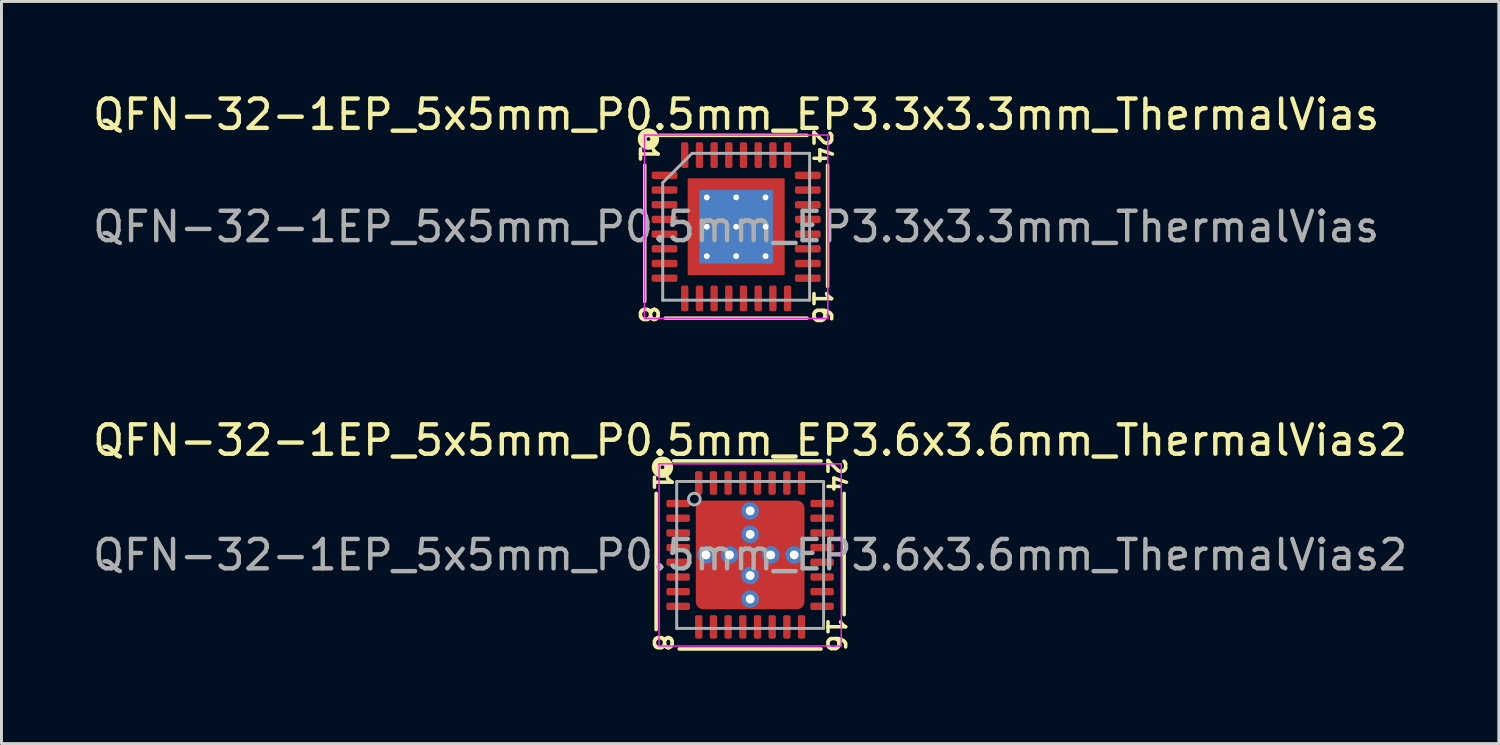
<source format=kicad_pcb>
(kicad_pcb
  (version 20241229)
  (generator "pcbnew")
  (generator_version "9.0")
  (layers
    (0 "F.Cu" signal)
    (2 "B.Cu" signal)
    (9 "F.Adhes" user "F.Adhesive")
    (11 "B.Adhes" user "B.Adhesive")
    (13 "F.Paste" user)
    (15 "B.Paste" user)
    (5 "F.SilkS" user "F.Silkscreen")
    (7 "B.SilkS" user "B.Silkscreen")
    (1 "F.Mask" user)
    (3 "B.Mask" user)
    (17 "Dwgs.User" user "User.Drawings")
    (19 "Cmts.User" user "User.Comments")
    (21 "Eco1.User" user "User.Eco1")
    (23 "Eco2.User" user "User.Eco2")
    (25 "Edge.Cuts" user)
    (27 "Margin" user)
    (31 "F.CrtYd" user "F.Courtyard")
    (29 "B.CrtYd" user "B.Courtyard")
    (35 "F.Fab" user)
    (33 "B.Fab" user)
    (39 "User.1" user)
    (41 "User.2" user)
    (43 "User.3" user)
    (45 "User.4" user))
  (footprint "QFN-32-1EP_5x5mm_P0.5mm_EP3.6x3.6mm_ThermalVias2"
    (layer "F.Cu")
    (at 22.482 15.838)
    (property "Reference" "QFN-32-1EP_5x5mm_P0.5mm_EP3.6x3.6mm_ThermalVias2" (at 0 -3.9 0) (layer "F.SilkS") (effects (font (size 1 1) (thickness 0.15))))
    (attr smd)
    (fp_line (start -3.2 -2.095) (end -3.2 2.54) (stroke (width 0.12) (type solid)) (layer "F.SilkS"))
    (fp_line (start -2.413 3.2) (end 2.413 3.2) (stroke (width 0.12) (type solid)) (layer "F.SilkS"))
    (fp_line (start 2.413 -3.2) (end -2.603 -3.2) (stroke (width 0.12) (type solid)) (layer "F.SilkS"))
    (fp_line (start 3.2 2.032) (end 3.2 -2.095) (stroke (width 0.12) (type solid)) (layer "F.SilkS"))
    (fp_circle (center -2.985 -2.985) (end -2.921 -2.985) (stroke (width 0.3) (type solid)) (fill no) (layer "F.SilkS"))
    (fp_line (start -3.1 -3.1) (end -3.1 3.1) (stroke (width 0.05) (type solid)) (layer "F.CrtYd"))
    (fp_line (start -3.1 3.1) (end 3.1 3.1) (stroke (width 0.05) (type solid)) (layer "F.CrtYd"))
    (fp_line (start 3.1 -3.1) (end -3.1 -3.1) (stroke (width 0.05) (type solid)) (layer "F.CrtYd"))
    (fp_line (start 3.1 3.1) (end 3.1 -3.1) (stroke (width 0.05) (type solid)) (layer "F.CrtYd"))
    (fp_line (start -2.5 -2.5) (end 2.5 -2.5) (stroke (width 0.1) (type solid)) (layer "F.Fab"))
    (fp_line (start -2.5 2.5) (end -2.5 -2.5) (stroke (width 0.1) (type solid)) (layer "F.Fab"))
    (fp_line (start 2.5 -2.5) (end 2.5 2.5) (stroke (width 0.1) (type solid)) (layer "F.Fab"))
    (fp_line (start 2.5 2.5) (end -2.5 2.5) (stroke (width 0.1) (type solid)) (layer "F.Fab"))
    (fp_circle (center -1.9 -1.9) (end -1.7 -1.9) (stroke (width 0.1) (type solid)) (fill no) (layer "F.Fab"))
    (fp_text user "1" (at -2.985 -2.477 270) (unlocked yes) (layer "F.SilkS") (effects (font (size 0.6 0.6) (thickness 0.12))))
    (fp_text user "16" (at 2.921 2.731 270) (unlocked yes) (layer "F.SilkS") (effects (font (size 0.6 0.6) (thickness 0.12))))
    (fp_text user "8" (at -2.985 2.985 270) (unlocked yes) (layer "F.SilkS") (effects (font (size 0.6 0.6) (thickness 0.12))))
    (fp_text user "24" (at 2.921 -2.731 270) (unlocked yes) (layer "F.SilkS") (effects (font (size 0.6 0.6) (thickness 0.12))))
    (fp_text user "${REFERENCE}" (at 0 0 0) (layer "F.Fab") (effects (font (size 1 1) (thickness 0.15))))
    (pad "" smd roundrect (at -1.387 -1.387) (size 0.525 0.525) (layers "F.Paste") (roundrect_rratio 0.25))
    (pad "" smd roundrect (at -1.387 -0.663) (size 0.525 0.525) (layers "F.Paste") (roundrect_rratio 0.25))
    (pad "" smd roundrect (at -1.387 0.662) (size 0.525 0.525) (layers "F.Paste") (roundrect_rratio 0.25))
    (pad "" smd roundrect (at -1.387 1.387) (size 0.525 0.525) (layers "F.Paste") (roundrect_rratio 0.25))
    (pad "" smd roundrect (at -1.025 -1.025) (size 1.45 1.45) (layers "F.Mask") (roundrect_rratio 0.172))
    (pad "" smd roundrect (at -1.025 1.025) (size 1.45 1.45) (layers "F.Mask") (roundrect_rratio 0.172))
    (pad "" smd roundrect (at -0.662 -1.387) (size 0.525 0.525) (layers "F.Paste") (roundrect_rratio 0.25))
    (pad "" smd roundrect (at -0.662 -0.663) (size 0.525 0.525) (layers "F.Paste") (roundrect_rratio 0.25))
    (pad "" smd roundrect (at -0.662 0.662) (size 0.525 0.525) (layers "F.Paste") (roundrect_rratio 0.25))
    (pad "" smd roundrect (at -0.662 1.387) (size 0.525 0.525) (layers "F.Paste") (roundrect_rratio 0.25))
    (pad "" smd roundrect (at 0.663 -1.387) (size 0.525 0.525) (layers "F.Paste") (roundrect_rratio 0.25))
    (pad "" smd roundrect (at 0.663 -0.663) (size 0.525 0.525) (layers "F.Paste") (roundrect_rratio 0.25))
    (pad "" smd roundrect (at 0.663 0.662) (size 0.525 0.525) (layers "F.Paste") (roundrect_rratio 0.25))
    (pad "" smd roundrect (at 0.663 1.387) (size 0.525 0.525) (layers "F.Paste") (roundrect_rratio 0.25))
    (pad "" smd roundrect (at 1.025 -1.025) (size 1.45 1.45) (layers "F.Mask") (roundrect_rratio 0.172))
    (pad "" smd roundrect (at 1.025 1.025) (size 1.45 1.45) (layers "F.Mask") (roundrect_rratio 0.172))
    (pad "" smd roundrect (at 1.387 -1.387) (size 0.525 0.525) (layers "F.Paste") (roundrect_rratio 0.25))
    (pad "" smd roundrect (at 1.387 -0.663) (size 0.525 0.525) (layers "F.Paste") (roundrect_rratio 0.25))
    (pad "" smd roundrect (at 1.387 0.662) (size 0.525 0.525) (layers "F.Paste") (roundrect_rratio 0.25))
    (pad "" smd roundrect (at 1.387 1.387) (size 0.525 0.525) (layers "F.Paste") (roundrect_rratio 0.25))
    (pad "1" smd roundrect (at -2.45 -1.75) (size 0.8 0.25) (layers "F.Cu" "F.Mask" "F.Paste") (roundrect_rratio 0.25))
    (pad "2" smd roundrect (at -2.45 -1.25) (size 0.8 0.25) (layers "F.Cu" "F.Mask" "F.Paste") (roundrect_rratio 0.25))
    (pad "3" smd roundrect (at -2.45 -0.75) (size 0.8 0.25) (layers "F.Cu" "F.Mask" "F.Paste") (roundrect_rratio 0.25))
    (pad "4" smd roundrect (at -2.45 -0.25) (size 0.8 0.25) (layers "F.Cu" "F.Mask" "F.Paste") (roundrect_rratio 0.25))
    (pad "5" smd roundrect (at -2.45 0.25) (size 0.8 0.25) (layers "F.Cu" "F.Mask" "F.Paste") (roundrect_rratio 0.25))
    (pad "6" smd roundrect (at -2.45 0.75) (size 0.8 0.25) (layers "F.Cu" "F.Mask" "F.Paste") (roundrect_rratio 0.25))
    (pad "7" smd roundrect (at -2.45 1.25) (size 0.8 0.25) (layers "F.Cu" "F.Mask" "F.Paste") (roundrect_rratio 0.25))
    (pad "8" smd roundrect (at -2.45 1.75) (size 0.8 0.25) (layers "F.Cu" "F.Mask" "F.Paste") (roundrect_rratio 0.25))
    (pad "9" smd roundrect (at -1.75 2.45) (size 0.25 0.8) (layers "F.Cu" "F.Mask" "F.Paste") (roundrect_rratio 0.25))
    (pad "10" smd roundrect (at -1.25 2.45) (size 0.25 0.8) (layers "F.Cu" "F.Mask" "F.Paste") (roundrect_rratio 0.25))
    (pad "11" smd roundrect (at -0.75 2.45) (size 0.25 0.8) (layers "F.Cu" "F.Mask" "F.Paste") (roundrect_rratio 0.25))
    (pad "12" smd roundrect (at -0.25 2.45) (size 0.25 0.8) (layers "F.Cu" "F.Mask" "F.Paste") (roundrect_rratio 0.25))
    (pad "13" smd roundrect (at 0.25 2.45) (size 0.25 0.8) (layers "F.Cu" "F.Mask" "F.Paste") (roundrect_rratio 0.25))
    (pad "14" smd roundrect (at 0.75 2.45) (size 0.25 0.8) (layers "F.Cu" "F.Mask" "F.Paste") (roundrect_rratio 0.25))
    (pad "15" smd roundrect (at 1.25 2.45) (size 0.25 0.8) (layers "F.Cu" "F.Mask" "F.Paste") (roundrect_rratio 0.25))
    (pad "16" smd roundrect (at 1.75 2.45) (size 0.25 0.8) (layers "F.Cu" "F.Mask" "F.Paste") (roundrect_rratio 0.25))
    (pad "17" smd roundrect (at 2.45 1.75) (size 0.8 0.25) (layers "F.Cu" "F.Mask" "F.Paste") (roundrect_rratio 0.25))
    (pad "18" smd roundrect (at 2.45 1.25) (size 0.8 0.25) (layers "F.Cu" "F.Mask" "F.Paste") (roundrect_rratio 0.25))
    (pad "19" smd roundrect (at 2.45 0.75) (size 0.8 0.25) (layers "F.Cu" "F.Mask" "F.Paste") (roundrect_rratio 0.25))
    (pad "20" smd roundrect (at 2.45 0.25) (size 0.8 0.25) (layers "F.Cu" "F.Mask" "F.Paste") (roundrect_rratio 0.25))
    (pad "21" smd roundrect (at 2.45 -0.25) (size 0.8 0.25) (layers "F.Cu" "F.Mask" "F.Paste") (roundrect_rratio 0.25))
    (pad "22" smd roundrect (at 2.45 -0.75) (size 0.8 0.25) (layers "F.Cu" "F.Mask" "F.Paste") (roundrect_rratio 0.25))
    (pad "23" smd roundrect (at 2.45 -1.25) (size 0.8 0.25) (layers "F.Cu" "F.Mask" "F.Paste") (roundrect_rratio 0.25))
    (pad "24" smd roundrect (at 2.45 -1.75) (size 0.8 0.25) (layers "F.Cu" "F.Mask" "F.Paste") (roundrect_rratio 0.25))
    (pad "25" smd roundrect (at 1.75 -2.45) (size 0.25 0.8) (layers "F.Cu" "F.Mask" "F.Paste") (roundrect_rratio 0.25))
    (pad "26" smd roundrect (at 1.25 -2.45) (size 0.25 0.8) (layers "F.Cu" "F.Mask" "F.Paste") (roundrect_rratio 0.25))
    (pad "27" smd roundrect (at 0.75 -2.45) (size 0.25 0.8) (layers "F.Cu" "F.Mask" "F.Paste") (roundrect_rratio 0.25))
    (pad "28" smd roundrect (at 0.25 -2.45) (size 0.25 0.8) (layers "F.Cu" "F.Mask" "F.Paste") (roundrect_rratio 0.25))
    (pad "29" smd roundrect (at -0.25 -2.45) (size 0.25 0.8) (layers "F.Cu" "F.Mask" "F.Paste") (roundrect_rratio 0.25))
    (pad "30" smd roundrect (at -0.75 -2.45) (size 0.25 0.8) (layers "F.Cu" "F.Mask" "F.Paste") (roundrect_rratio 0.25))
    (pad "31" smd roundrect (at -1.25 -2.45) (size 0.25 0.8) (layers "F.Cu" "F.Mask" "F.Paste") (roundrect_rratio 0.25))
    (pad "32" smd roundrect (at -1.75 -2.45) (size 0.25 0.8) (layers "F.Cu" "F.Mask" "F.Paste") (roundrect_rratio 0.25))
    (pad "33" thru_hole circle (at -1.5 0) (size 0.6 0.6) (drill 0.3) (property pad_prop_heatsink) (layers "*.Cu" "*.Mask"))
    (pad "33" thru_hole circle (at -0.7 0) (size 0.6 0.6) (drill 0.3) (property pad_prop_heatsink) (layers "*.Cu" "*.Mask"))
    (pad "33" thru_hole circle (at 0 -1.5) (size 0.6 0.6) (drill 0.3) (property pad_prop_heatsink) (layers "*.Cu" "*.Mask"))
    (pad "33" thru_hole circle (at 0 -0.7) (size 0.6 0.6) (drill 0.3) (property pad_prop_heatsink) (layers "*.Cu" "*.Mask"))
    (pad "33" smd roundrect (at 0 0) (size 3.7 3.7) (layers "F.Cu") (roundrect_rratio 0.069))
    (pad "33" thru_hole circle (at 0 0.7) (size 0.6 0.6) (drill 0.3) (property pad_prop_heatsink) (layers "*.Cu" "*.Mask"))
    (pad "33" thru_hole circle (at 0 1.5) (size 0.6 0.6) (drill 0.3) (property pad_prop_heatsink) (layers "*.Cu" "*.Mask"))
    (pad "33" thru_hole circle (at 0.7 0) (size 0.6 0.6) (drill 0.3) (property pad_prop_heatsink) (layers "*.Cu" "*.Mask"))
    (pad "33" thru_hole circle (at 1.5 0) (size 0.6 0.6) (drill 0.3) (property pad_prop_heatsink) (layers "*.Cu" "*.Mask")))
  (footprint "QFN-32-1EP_5x5mm_P0.5mm_EP3.3x3.3mm_ThermalVias"
    (layer "F.Cu")
    (at 22.006 4.668)
    (property "Reference" "QFN-32-1EP_5x5mm_P0.5mm_EP3.3x3.3mm_ThermalVias" (at 0 -3.82 0) (layer "F.SilkS") (effects (font (size 1 1) (thickness 0.15))))
    (attr smd)
    (fp_line (start -3.111 -2.095) (end -3.111 2.54) (stroke (width 0.12) (type solid)) (layer "F.SilkS"))
    (fp_line (start -2.413 3.111) (end 2.413 3.111) (stroke (width 0.12) (type solid)) (layer "F.SilkS"))
    (fp_line (start 2.413 -3.111) (end -2.603 -3.111) (stroke (width 0.12) (type solid)) (layer "F.SilkS"))
    (fp_line (start 3.111 2.032) (end 3.111 -2.095) (stroke (width 0.12) (type solid)) (layer "F.SilkS"))
    (fp_circle (center -2.985 -2.985) (end -2.921 -2.985) (stroke (width 0.3) (type solid)) (fill no) (layer "F.SilkS"))
    (fp_line (start -3.12 -3.12) (end -3.12 3.12) (stroke (width 0.05) (type solid)) (layer "F.CrtYd"))
    (fp_line (start -3.12 3.12) (end 3.12 3.12) (stroke (width 0.05) (type solid)) (layer "F.CrtYd"))
    (fp_line (start 3.12 -3.12) (end -3.12 -3.12) (stroke (width 0.05) (type solid)) (layer "F.CrtYd"))
    (fp_line (start 3.12 3.12) (end 3.12 -3.12) (stroke (width 0.05) (type solid)) (layer "F.CrtYd"))
    (fp_line (start -2.5 -1.5) (end -1.5 -2.5) (stroke (width 0.1) (type solid)) (layer "F.Fab"))
    (fp_line (start -2.5 2.5) (end -2.5 -1.5) (stroke (width 0.1) (type solid)) (layer "F.Fab"))
    (fp_line (start -1.5 -2.5) (end 2.5 -2.5) (stroke (width 0.1) (type solid)) (layer "F.Fab"))
    (fp_line (start 2.5 -2.5) (end 2.5 2.5) (stroke (width 0.1) (type solid)) (layer "F.Fab"))
    (fp_line (start 2.5 2.5) (end -2.5 2.5) (stroke (width 0.1) (type solid)) (layer "F.Fab"))
    (fp_text user "24" (at 2.921 -2.731 270) (unlocked yes) (layer "F.SilkS") (effects (font (size 0.6 0.6) (thickness 0.12))))
    (fp_text user "8" (at -2.985 2.985 270) (unlocked yes) (layer "F.SilkS") (effects (font (size 0.6 0.6) (thickness 0.12))))
    (fp_text user "16" (at 2.921 2.731 270) (unlocked yes) (layer "F.SilkS") (effects (font (size 0.6 0.6) (thickness 0.12))))
    (fp_text user "1" (at -2.985 -2.477 270) (unlocked yes) (layer "F.SilkS") (effects (font (size 0.6 0.6) (thickness 0.12))))
    (fp_text user "${REFERENCE}" (at 0 0 0) (layer "F.Fab") (effects (font (size 1 1) (thickness 0.15))))
    (pad "" smd custom (at -1.325 -1.325) (size 0.413 0.413) (layers "F.Paste") (options (anchor circle)) (primitives (gr_poly (pts (xy -0.151 -0.151) (xy 0.151 -0.151) (xy 0.151 0.059) (xy 0.059 0.151) (xy -0.151 0.151)) (width 0.222) (fill yes))))
    (pad "" smd custom (at -1.325 -0.5) (size 0.437 0.437) (layers "F.Paste") (options (anchor circle)) (primitives (gr_poly (pts (xy -0.175 -0.316) (xy 0.103 -0.316) (xy 0.175 -0.244) (xy 0.175 0.244) (xy 0.103 0.316) (xy -0.175 0.316)) (width 0.174) (fill yes))))
    (pad "" smd custom (at -1.325 0.5) (size 0.437 0.437) (layers "F.Paste") (options (anchor circle)) (primitives (gr_poly (pts (xy -0.175 -0.316) (xy 0.103 -0.316) (xy 0.175 -0.244) (xy 0.175 0.244) (xy 0.103 0.316) (xy -0.175 0.316)) (width 0.174) (fill yes))))
    (pad "" smd custom (at -1.325 1.325) (size 0.413 0.413) (layers "F.Paste") (options (anchor circle)) (primitives (gr_poly (pts (xy -0.151 -0.151) (xy 0.059 -0.151) (xy 0.151 -0.059) (xy 0.151 0.151) (xy -0.151 0.151)) (width 0.222) (fill yes))))
    (pad "" smd custom (at -0.5 -1.325) (size 0.437 0.437) (layers "F.Paste") (options (anchor circle)) (primitives (gr_poly (pts (xy -0.316 -0.175) (xy 0.316 -0.175) (xy 0.316 0.103) (xy 0.244 0.175) (xy -0.244 0.175) (xy -0.316 0.103)) (width 0.174) (fill yes))))
    (pad "" smd roundrect (at -0.5 -0.5) (size 0.806 0.806) (layers "F.Paste") (roundrect_rratio 0.25))
    (pad "" smd roundrect (at -0.5 0.5) (size 0.806 0.806) (layers "F.Paste") (roundrect_rratio 0.25))
    (pad "" smd custom (at -0.5 1.325) (size 0.437 0.437) (layers "F.Paste") (options (anchor circle)) (primitives (gr_poly (pts (xy -0.316 -0.103) (xy -0.244 -0.175) (xy 0.244 -0.175) (xy 0.316 -0.103) (xy 0.316 0.175) (xy -0.316 0.175)) (width 0.174) (fill yes))))
    (pad "" smd custom (at 0.5 -1.325) (size 0.437 0.437) (layers "F.Paste") (options (anchor circle)) (primitives (gr_poly (pts (xy -0.316 -0.175) (xy 0.316 -0.175) (xy 0.316 0.103) (xy 0.244 0.175) (xy -0.244 0.175) (xy -0.316 0.103)) (width 0.174) (fill yes))))
    (pad "" smd roundrect (at 0.5 -0.5) (size 0.806 0.806) (layers "F.Paste") (roundrect_rratio 0.25))
    (pad "" smd roundrect (at 0.5 0.5) (size 0.806 0.806) (layers "F.Paste") (roundrect_rratio 0.25))
    (pad "" smd custom (at 0.5 1.325) (size 0.437 0.437) (layers "F.Paste") (options (anchor circle)) (primitives (gr_poly (pts (xy -0.316 -0.103) (xy -0.244 -0.175) (xy 0.244 -0.175) (xy 0.316 -0.103) (xy 0.316 0.175) (xy -0.316 0.175)) (width 0.174) (fill yes))))
    (pad "" smd custom (at 1.325 -1.325) (size 0.413 0.413) (layers "F.Paste") (options (anchor circle)) (primitives (gr_poly (pts (xy -0.151 -0.151) (xy 0.151 -0.151) (xy 0.151 0.151) (xy -0.059 0.151) (xy -0.151 0.059)) (width 0.222) (fill yes))))
    (pad "" smd custom (at 1.325 -0.5) (size 0.437 0.437) (layers "F.Paste") (options (anchor circle)) (primitives (gr_poly (pts (xy -0.175 -0.244) (xy -0.103 -0.316) (xy 0.175 -0.316) (xy 0.175 0.316) (xy -0.103 0.316) (xy -0.175 0.244)) (width 0.174) (fill yes))))
    (pad "" smd custom (at 1.325 0.5) (size 0.437 0.437) (layers "F.Paste") (options (anchor circle)) (primitives (gr_poly (pts (xy -0.175 -0.244) (xy -0.103 -0.316) (xy 0.175 -0.316) (xy 0.175 0.316) (xy -0.103 0.316) (xy -0.175 0.244)) (width 0.174) (fill yes))))
    (pad "" smd custom (at 1.325 1.325) (size 0.413 0.413) (layers "F.Paste") (options (anchor circle)) (primitives (gr_poly (pts (xy -0.151 -0.059) (xy -0.059 -0.151) (xy 0.151 -0.151) (xy 0.151 0.151) (xy -0.151 0.151)) (width 0.222) (fill yes))))
    (pad "1" smd roundrect (at -2.438 -1.75) (size 0.875 0.25) (layers "F.Cu" "F.Mask" "F.Paste") (roundrect_rratio 0.25))
    (pad "2" smd roundrect (at -2.438 -1.25) (size 0.875 0.25) (layers "F.Cu" "F.Mask" "F.Paste") (roundrect_rratio 0.25))
    (pad "3" smd roundrect (at -2.438 -0.75) (size 0.875 0.25) (layers "F.Cu" "F.Mask" "F.Paste") (roundrect_rratio 0.25))
    (pad "4" smd roundrect (at -2.438 -0.25) (size 0.875 0.25) (layers "F.Cu" "F.Mask" "F.Paste") (roundrect_rratio 0.25))
    (pad "5" smd roundrect (at -2.438 0.25) (size 0.875 0.25) (layers "F.Cu" "F.Mask" "F.Paste") (roundrect_rratio 0.25))
    (pad "6" smd roundrect (at -2.438 0.75) (size 0.875 0.25) (layers "F.Cu" "F.Mask" "F.Paste") (roundrect_rratio 0.25))
    (pad "7" smd roundrect (at -2.438 1.25) (size 0.875 0.25) (layers "F.Cu" "F.Mask" "F.Paste") (roundrect_rratio 0.25))
    (pad "8" smd roundrect (at -2.438 1.75) (size 0.875 0.25) (layers "F.Cu" "F.Mask" "F.Paste") (roundrect_rratio 0.25))
    (pad "9" smd roundrect (at -1.75 2.438) (size 0.25 0.875) (layers "F.Cu" "F.Mask" "F.Paste") (roundrect_rratio 0.25))
    (pad "10" smd roundrect (at -1.25 2.438) (size 0.25 0.875) (layers "F.Cu" "F.Mask" "F.Paste") (roundrect_rratio 0.25))
    (pad "11" smd roundrect (at -0.75 2.438) (size 0.25 0.875) (layers "F.Cu" "F.Mask" "F.Paste") (roundrect_rratio 0.25))
    (pad "12" smd roundrect (at -0.25 2.438) (size 0.25 0.875) (layers "F.Cu" "F.Mask" "F.Paste") (roundrect_rratio 0.25))
    (pad "13" smd roundrect (at 0.25 2.438) (size 0.25 0.875) (layers "F.Cu" "F.Mask" "F.Paste") (roundrect_rratio 0.25))
    (pad "14" smd roundrect (at 0.75 2.438) (size 0.25 0.875) (layers "F.Cu" "F.Mask" "F.Paste") (roundrect_rratio 0.25))
    (pad "15" smd roundrect (at 1.25 2.438) (size 0.25 0.875) (layers "F.Cu" "F.Mask" "F.Paste") (roundrect_rratio 0.25))
    (pad "16" smd roundrect (at 1.75 2.438) (size 0.25 0.875) (layers "F.Cu" "F.Mask" "F.Paste") (roundrect_rratio 0.25))
    (pad "17" smd roundrect (at 2.438 1.75) (size 0.875 0.25) (layers "F.Cu" "F.Mask" "F.Paste") (roundrect_rratio 0.25))
    (pad "18" smd roundrect (at 2.438 1.25) (size 0.875 0.25) (layers "F.Cu" "F.Mask" "F.Paste") (roundrect_rratio 0.25))
    (pad "19" smd roundrect (at 2.438 0.75) (size 0.875 0.25) (layers "F.Cu" "F.Mask" "F.Paste") (roundrect_rratio 0.25))
    (pad "20" smd roundrect (at 2.438 0.25) (size 0.875 0.25) (layers "F.Cu" "F.Mask" "F.Paste") (roundrect_rratio 0.25))
    (pad "21" smd roundrect (at 2.438 -0.25) (size 0.875 0.25) (layers "F.Cu" "F.Mask" "F.Paste") (roundrect_rratio 0.25))
    (pad "22" smd roundrect (at 2.438 -0.75) (size 0.875 0.25) (layers "F.Cu" "F.Mask" "F.Paste") (roundrect_rratio 0.25))
    (pad "23" smd roundrect (at 2.438 -1.25) (size 0.875 0.25) (layers "F.Cu" "F.Mask" "F.Paste") (roundrect_rratio 0.25))
    (pad "24" smd roundrect (at 2.438 -1.75) (size 0.875 0.25) (layers "F.Cu" "F.Mask" "F.Paste") (roundrect_rratio 0.25))
    (pad "25" smd roundrect (at 1.75 -2.438) (size 0.25 0.875) (layers "F.Cu" "F.Mask" "F.Paste") (roundrect_rratio 0.25))
    (pad "26" smd roundrect (at 1.25 -2.438) (size 0.25 0.875) (layers "F.Cu" "F.Mask" "F.Paste") (roundrect_rratio 0.25))
    (pad "27" smd roundrect (at 0.75 -2.438) (size 0.25 0.875) (layers "F.Cu" "F.Mask" "F.Paste") (roundrect_rratio 0.25))
    (pad "28" smd roundrect (at 0.25 -2.438) (size 0.25 0.875) (layers "F.Cu" "F.Mask" "F.Paste") (roundrect_rratio 0.25))
    (pad "29" smd roundrect (at -0.25 -2.438) (size 0.25 0.875) (layers "F.Cu" "F.Mask" "F.Paste") (roundrect_rratio 0.25))
    (pad "30" smd roundrect (at -0.75 -2.438) (size 0.25 0.875) (layers "F.Cu" "F.Mask" "F.Paste") (roundrect_rratio 0.25))
    (pad "31" smd roundrect (at -1.25 -2.438) (size 0.25 0.875) (layers "F.Cu" "F.Mask" "F.Paste") (roundrect_rratio 0.25))
    (pad "32" smd roundrect (at -1.75 -2.438) (size 0.25 0.875) (layers "F.Cu" "F.Mask" "F.Paste") (roundrect_rratio 0.25))
    (pad "33" thru_hole circle (at -1 -1) (size 0.5 0.5) (drill 0.2) (layers "*.Cu"))
    (pad "33" thru_hole circle (at -1 0) (size 0.5 0.5) (drill 0.2) (layers "*.Cu"))
    (pad "33" thru_hole circle (at -1 1) (size 0.5 0.5) (drill 0.2) (layers "*.Cu"))
    (pad "33" thru_hole circle (at 0 -1) (size 0.5 0.5) (drill 0.2) (layers "*.Cu"))
    (pad "33" thru_hole circle (at 0 0) (size 0.5 0.5) (drill 0.2) (layers "*.Cu"))
    (pad "33" smd rect (at 0 0) (size 2.5 2.5) (layers "B.Cu" "B.Mask"))
    (pad "33" smd rect (at 0 0) (size 3.3 3.3) (layers "F.Cu" "F.Mask"))
    (pad "33" thru_hole circle (at 0 1) (size 0.5 0.5) (drill 0.2) (layers "*.Cu"))
    (pad "33" thru_hole circle (at 1 -1) (size 0.5 0.5) (drill 0.2) (layers "*.Cu"))
    (pad "33" thru_hole circle (at 1 0) (size 0.5 0.5) (drill 0.2) (layers "*.Cu"))
    (pad "33" thru_hole circle (at 1 1) (size 0.5 0.5) (drill 0.2) (layers "*.Cu")))
  (gr_rect
    (start -3 -3)
    (end 47.964 22.26)
    (stroke (width 0.1) (type default))
    (fill no)
    (layer "Edge.Cuts")))
</source>
